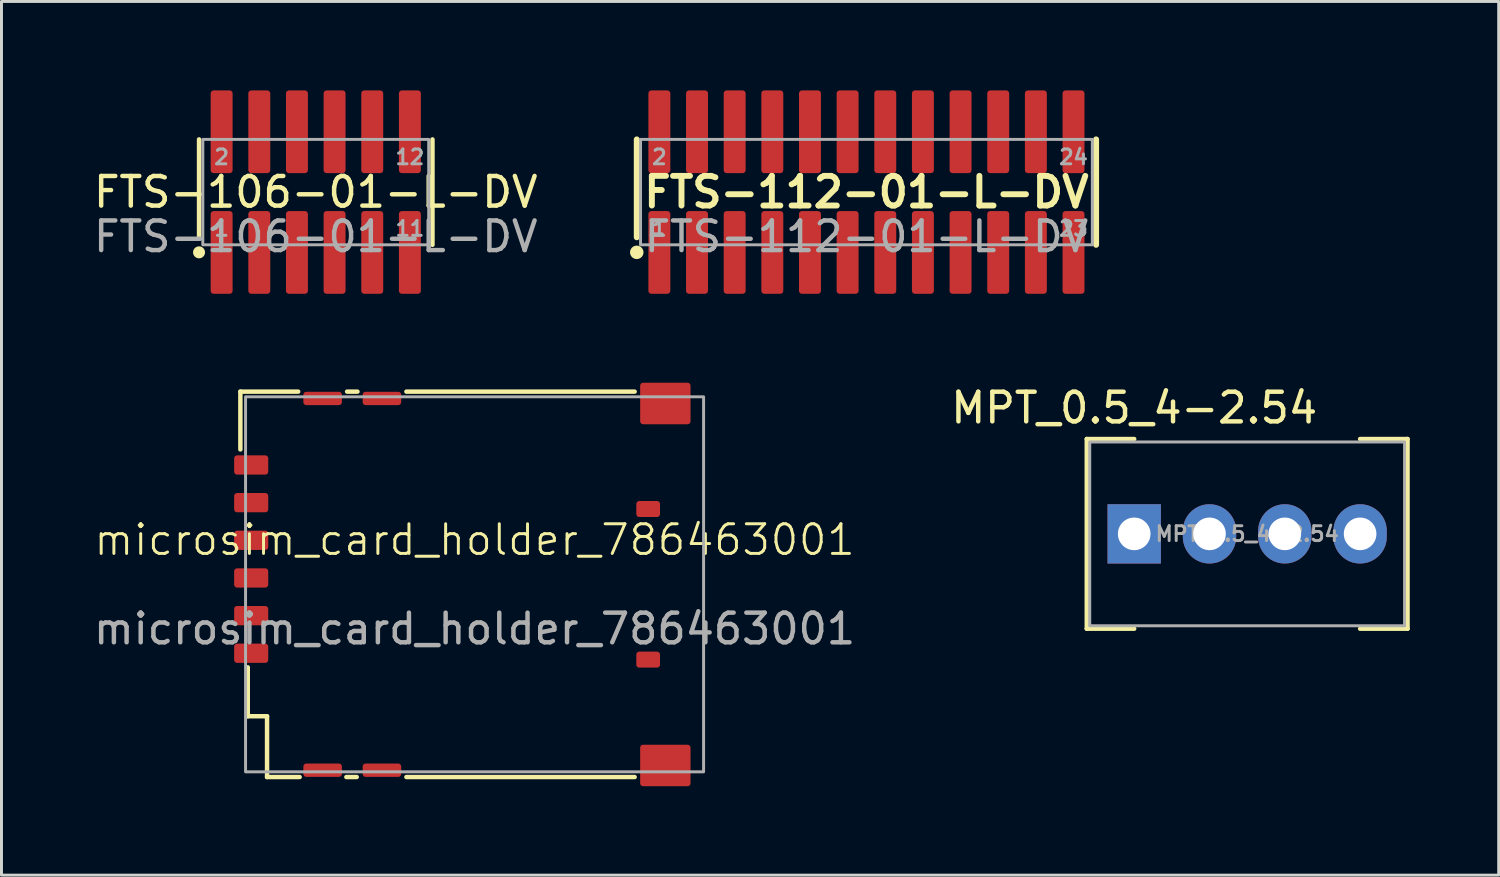
<source format=kicad_pcb>
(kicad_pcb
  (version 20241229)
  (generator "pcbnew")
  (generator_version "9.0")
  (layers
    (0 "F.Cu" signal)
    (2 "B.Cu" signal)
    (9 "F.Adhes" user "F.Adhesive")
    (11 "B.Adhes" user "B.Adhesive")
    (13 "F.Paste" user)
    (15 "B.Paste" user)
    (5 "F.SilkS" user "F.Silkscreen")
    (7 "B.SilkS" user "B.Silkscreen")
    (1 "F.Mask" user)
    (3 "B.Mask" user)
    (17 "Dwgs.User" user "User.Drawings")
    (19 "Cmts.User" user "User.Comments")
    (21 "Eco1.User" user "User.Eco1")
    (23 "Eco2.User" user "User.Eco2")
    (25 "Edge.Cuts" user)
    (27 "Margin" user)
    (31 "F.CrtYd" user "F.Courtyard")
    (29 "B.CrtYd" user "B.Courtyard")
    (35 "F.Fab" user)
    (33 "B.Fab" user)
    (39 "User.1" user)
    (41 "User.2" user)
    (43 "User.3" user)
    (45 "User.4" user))
  (footprint "MPT_0.5_4-2.54"
    (layer "F.Cu")
    (at 35.208 14.958)
    (property "Reference" "MPT_0.5_4-2.54" (at 0 -4.25 0) (unlocked yes) (layer "F.SilkS") (effects (font (size 1 1) (thickness 0.15))))
    (attr smd)
    (fp_line (start -1.6 -3.2) (end -1.6 3.2) (stroke (width 0.15) (type default)) (layer "F.SilkS"))
    (fp_line (start 0 -3.2) (end -1.6 -3.2) (stroke (width 0.15) (type default)) (layer "F.SilkS"))
    (fp_line (start 0 3.2) (end -1.6 3.2) (stroke (width 0.15) (type default)) (layer "F.SilkS"))
    (fp_line (start 7.62 -3.2) (end 9.22 -3.2) (stroke (width 0.15) (type default)) (layer "F.SilkS"))
    (fp_line (start 7.62 3.2) (end 9.22 3.2) (stroke (width 0.15) (type default)) (layer "F.SilkS"))
    (fp_line (start 9.22 3.2) (end 9.22 -3.2) (stroke (width 0.15) (type default)) (layer "F.SilkS"))
    (fp_rect (start -1.5 -3.1) (end 9.12 3.1) (stroke (width 0.1) (type default)) (fill no) (layer "F.Fab"))
    (fp_text user "${REFERENCE}" (at 3.81 0 0) (unlocked yes) (layer "F.Fab") (effects (font (size 0.5 0.5) (thickness 0.1))))
    (pad "1" thru_hole rect (at 0 0) (size 1.8 2) (drill 1.1) (layers "*.Cu" "*.Mask"))
    (pad "2" thru_hole oval (at 2.54 0) (size 1.8 2) (drill 1.1) (layers "*.Cu" "*.Mask"))
    (pad "3" thru_hole oval (at 5.08 0) (size 1.8 2) (drill 1.1) (layers "*.Cu" "*.Mask"))
    (pad "4" thru_hole oval (at 7.62 0) (size 1.8 2) (drill 1.1) (layers "*.Cu" "*.Mask")))
  (footprint "microsim_card_holder_786463001"
    (layer "F.Cu")
    (at 12.958 16.66)
    (property "Reference" "microsim_card_holder_786463001" (at 0 -1.5 0) (unlocked yes) (layer "F.SilkS") (effects (font (size 1 1) (thickness 0.1))))
    (attr smd)
    (fp_line (start -7.9 -6.5) (end -7.9 -4.55) (stroke (width 0.15) (type default)) (layer "F.SilkS"))
    (fp_line (start -7.9 -6.5) (end -5.95 -6.5) (stroke (width 0.15) (type default)) (layer "F.SilkS"))
    (fp_line (start -7.65 4.45) (end -7.65 2.8) (stroke (width 0.15) (type default)) (layer "F.SilkS"))
    (fp_line (start -7.65 4.45) (end -7 4.45) (stroke (width 0.15) (type default)) (layer "F.SilkS"))
    (fp_line (start -7 6.5) (end -7 4.45) (stroke (width 0.15) (type default)) (layer "F.SilkS"))
    (fp_line (start -7 6.5) (end -5.9 6.5) (stroke (width 0.15) (type default)) (layer "F.SilkS"))
    (fp_line (start -3.975 6.5) (end -4.325 6.5) (stroke (width 0.15) (type default)) (layer "F.SilkS"))
    (fp_line (start -3.95 -6.5) (end -4.3 -6.5) (stroke (width 0.15) (type default)) (layer "F.SilkS"))
    (fp_line (start 5.4 -6.5) (end -2.3 -6.5) (stroke (width 0.15) (type default)) (layer "F.SilkS"))
    (fp_line (start 5.4 6.5) (end -2.3 6.5) (stroke (width 0.15) (type default)) (layer "F.SilkS"))
    (fp_rect (start -7.725 -6.325) (end 7.725 6.325) (stroke (width 0.1) (type default)) (fill no) (layer "F.Fab"))
    (fp_text user "${REFERENCE}" (at 0 1.5 0) (unlocked yes) (layer "F.Fab") (effects (font (size 1 1) (thickness 0.15))))
    (pad "" smd roundrect (at 5.855 -2.54) (size 0.8 0.54) (layers "F.Cu" "F.Mask" "F.Paste") (roundrect_rratio 0.185))
    (pad "" smd roundrect (at 5.855 2.54) (size 0.8 0.54) (layers "F.Cu" "F.Mask" "F.Paste") (roundrect_rratio 0.185))
    (pad "1" smd roundrect (at -7.535 -4.025) (size 1.15 0.65) (layers "F.Cu" "F.Mask" "F.Paste") (roundrect_rratio 0.154))
    (pad "2" smd roundrect (at -7.535 -2.755) (size 1.15 0.65) (layers "F.Cu" "F.Mask" "F.Paste") (roundrect_rratio 0.154))
    (pad "3" smd roundrect (at -7.535 -1.485) (size 1.15 0.65) (layers "F.Cu" "F.Mask" "F.Paste") (roundrect_rratio 0.154))
    (pad "4" smd roundrect (at -7.535 -0.215) (size 1.15 0.65) (layers "F.Cu" "F.Mask" "F.Paste") (roundrect_rratio 0.154))
    (pad "5" smd roundrect (at -7.535 1.055) (size 1.15 0.65) (layers "F.Cu" "F.Mask" "F.Paste") (roundrect_rratio 0.154))
    (pad "6" smd roundrect (at -7.535 2.325) (size 1.15 0.65) (layers "F.Cu" "F.Mask" "F.Paste") (roundrect_rratio 0.154))
    (pad "7" smd roundrect (at -5.125 -6.27) (size 1.3 0.45) (layers "F.Cu" "F.Mask" "F.Paste") (roundrect_rratio 0.222))
    (pad "7" smd roundrect (at -5.125 6.27) (size 1.3 0.45) (layers "F.Cu" "F.Mask" "F.Paste") (roundrect_rratio 0.222))
    (pad "7" smd roundrect (at -3.125 -6.27) (size 1.3 0.45) (layers "F.Cu" "F.Mask" "F.Paste") (roundrect_rratio 0.222))
    (pad "7" smd roundrect (at -3.125 6.27) (size 1.3 0.45) (layers "F.Cu" "F.Mask" "F.Paste") (roundrect_rratio 0.222))
    (pad "7" smd roundrect (at 6.435 -6.1) (size 1.7 1.4) (layers "F.Cu" "F.Mask" "F.Paste") (roundrect_rratio 0.071))
    (pad "7" smd roundrect (at 6.435 6.11) (size 1.7 1.4) (layers "F.Cu" "F.Mask" "F.Paste") (roundrect_rratio 0.071)))
  (footprint "FTS-106-01-L-DV"
    (layer "F.Cu")
    (at 7.601 3.43)
    (property "Reference" "FTS-106-01-L-DV" (at 0 0 0) (unlocked yes) (layer "F.SilkS") (effects (font (size 1 1) (thickness 0.15))))
    (attr smd)
    (fp_line (start -3.937 -1.778) (end -3.937 1.524) (stroke (width 0.15) (type default)) (layer "F.SilkS"))
    (fp_line (start 3.937 -1.778) (end 3.937 1.778) (stroke (width 0.15) (type default)) (layer "F.SilkS"))
    (fp_circle (center -3.937 2.032) (end -3.81 2.032) (stroke (width 0.15) (type default)) (fill yes) (layer "F.SilkS"))
    (fp_rect (start -3.81 -1.778) (end 3.81 1.778) (stroke (width 0.1) (type default)) (fill no) (layer "F.Fab"))
    (fp_text user "2" (at -3.175 -0.889 0) (unlocked yes) (layer "F.Fab") (effects (font (size 0.5 0.5) (thickness 0.1)) (justify bottom)))
    (fp_text user "${REFERENCE}" (at 0 1.5 0) (unlocked yes) (layer "F.Fab") (effects (font (size 1 1) (thickness 0.15))))
    (fp_text user "1" (at -3.175 1.524 0) (unlocked yes) (layer "F.Fab") (effects (font (size 0.5 0.5) (thickness 0.1)) (justify bottom)))
    (fp_text user "11" (at 3.175 1.524 0) (unlocked yes) (layer "F.Fab") (effects (font (size 0.5 0.5) (thickness 0.1)) (justify bottom)))
    (fp_text user "12" (at 3.175 -0.889 0) (unlocked yes) (layer "F.Fab") (effects (font (size 0.5 0.5) (thickness 0.1)) (justify bottom)))
    (pad "1" smd roundrect (at -3.175 2.035) (size 0.74 2.79) (layers "F.Cu" "F.Mask" "F.Paste") (roundrect_rratio 0.135))
    (pad "2" smd roundrect (at -3.175 -2.035) (size 0.74 2.79) (layers "F.Cu" "F.Mask" "F.Paste") (roundrect_rratio 0.135))
    (pad "3" smd roundrect (at -1.905 2.035) (size 0.74 2.79) (layers "F.Cu" "F.Mask" "F.Paste") (roundrect_rratio 0.135))
    (pad "4" smd roundrect (at -1.905 -2.035) (size 0.74 2.79) (layers "F.Cu" "F.Mask" "F.Paste") (roundrect_rratio 0.135))
    (pad "5" smd roundrect (at -0.635 2.035) (size 0.74 2.79) (layers "F.Cu" "F.Mask" "F.Paste") (roundrect_rratio 0.135))
    (pad "6" smd roundrect (at -0.635 -2.035) (size 0.74 2.79) (layers "F.Cu" "F.Mask" "F.Paste") (roundrect_rratio 0.135))
    (pad "7" smd roundrect (at 0.635 2.035) (size 0.74 2.79) (layers "F.Cu" "F.Mask" "F.Paste") (roundrect_rratio 0.135))
    (pad "8" smd roundrect (at 0.635 -2.035) (size 0.74 2.79) (layers "F.Cu" "F.Mask" "F.Paste") (roundrect_rratio 0.135))
    (pad "9" smd roundrect (at 1.905 2.035) (size 0.74 2.79) (layers "F.Cu" "F.Mask" "F.Paste") (roundrect_rratio 0.135))
    (pad "10" smd roundrect (at 1.905 -2.035) (size 0.74 2.79) (layers "F.Cu" "F.Mask" "F.Paste") (roundrect_rratio 0.135))
    (pad "11" smd roundrect (at 3.175 2.035) (size 0.74 2.79) (layers "F.Cu" "F.Mask" "F.Paste") (roundrect_rratio 0.135))
    (pad "12" smd roundrect (at 3.175 -2.035) (size 0.74 2.79) (layers "F.Cu" "F.Mask" "F.Paste") (roundrect_rratio 0.135)))
  (footprint "FTS-112-01-L-DV"
    (layer "F.Cu")
    (at 26.176 3.43)
    (property "Reference" "FTS-112-01-L-DV" (at 0 0 0) (unlocked yes) (layer "F.SilkS") (effects (font (size 1 1) (thickness 0.2))))
    (attr smd)
    (fp_line (start -7.747 -1.778) (end -7.747 1.524) (stroke (width 0.2) (type default)) (layer "F.SilkS"))
    (fp_line (start 7.747 -1.778) (end 7.747 1.778) (stroke (width 0.2) (type default)) (layer "F.SilkS"))
    (fp_circle (center -7.747 2.032) (end -7.62 2.032) (stroke (width 0.2) (type default)) (fill yes) (layer "F.SilkS"))
    (fp_rect (start -7.62 -1.778) (end 7.62 1.778) (stroke (width 0.1) (type default)) (fill no) (layer "F.Fab"))
    (fp_text user "23" (at 6.985 1.524 0) (unlocked yes) (layer "F.Fab") (effects (font (size 0.5 0.5) (thickness 0.1)) (justify bottom)))
    (fp_text user "2" (at -6.985 -0.889 0) (unlocked yes) (layer "F.Fab") (effects (font (size 0.5 0.5) (thickness 0.1)) (justify bottom)))
    (fp_text user "24" (at 6.985 -0.889 0) (unlocked yes) (layer "F.Fab") (effects (font (size 0.5 0.5) (thickness 0.1)) (justify bottom)))
    (fp_text user "1" (at -6.985 1.524 0) (unlocked yes) (layer "F.Fab") (effects (font (size 0.5 0.5) (thickness 0.1)) (justify bottom)))
    (fp_text user "${REFERENCE}" (at 0 1.5 0) (unlocked yes) (layer "F.Fab") (effects (font (size 1 1) (thickness 0.15))))
    (pad "1" smd roundrect (at -6.985 2.035) (size 0.74 2.79) (layers "F.Cu" "F.Mask" "F.Paste") (roundrect_rratio 0.135))
    (pad "2" smd roundrect (at -6.985 -2.035) (size 0.74 2.79) (layers "F.Cu" "F.Mask" "F.Paste") (roundrect_rratio 0.135))
    (pad "3" smd roundrect (at -5.715 2.035) (size 0.74 2.79) (layers "F.Cu" "F.Mask" "F.Paste") (roundrect_rratio 0.135))
    (pad "4" smd roundrect (at -5.715 -2.035) (size 0.74 2.79) (layers "F.Cu" "F.Mask" "F.Paste") (roundrect_rratio 0.135))
    (pad "5" smd roundrect (at -4.445 2.035) (size 0.74 2.79) (layers "F.Cu" "F.Mask" "F.Paste") (roundrect_rratio 0.135))
    (pad "6" smd roundrect (at -4.445 -2.035) (size 0.74 2.79) (layers "F.Cu" "F.Mask" "F.Paste") (roundrect_rratio 0.135))
    (pad "7" smd roundrect (at -3.175 2.035) (size 0.74 2.79) (layers "F.Cu" "F.Mask" "F.Paste") (roundrect_rratio 0.135))
    (pad "8" smd roundrect (at -3.175 -2.035) (size 0.74 2.79) (layers "F.Cu" "F.Mask" "F.Paste") (roundrect_rratio 0.135))
    (pad "9" smd roundrect (at -1.905 2.035) (size 0.74 2.79) (layers "F.Cu" "F.Mask" "F.Paste") (roundrect_rratio 0.135))
    (pad "10" smd roundrect (at -1.905 -2.035) (size 0.74 2.79) (layers "F.Cu" "F.Mask" "F.Paste") (roundrect_rratio 0.135))
    (pad "11" smd roundrect (at -0.635 2.035) (size 0.74 2.79) (layers "F.Cu" "F.Mask" "F.Paste") (roundrect_rratio 0.135))
    (pad "12" smd roundrect (at -0.635 -2.035) (size 0.74 2.79) (layers "F.Cu" "F.Mask" "F.Paste") (roundrect_rratio 0.135))
    (pad "13" smd roundrect (at 0.635 2.035) (size 0.74 2.79) (layers "F.Cu" "F.Mask" "F.Paste") (roundrect_rratio 0.135))
    (pad "14" smd roundrect (at 0.635 -2.035) (size 0.74 2.79) (layers "F.Cu" "F.Mask" "F.Paste") (roundrect_rratio 0.135))
    (pad "15" smd roundrect (at 1.905 2.035) (size 0.74 2.79) (layers "F.Cu" "F.Mask" "F.Paste") (roundrect_rratio 0.135))
    (pad "16" smd roundrect (at 1.905 -2.035) (size 0.74 2.79) (layers "F.Cu" "F.Mask" "F.Paste") (roundrect_rratio 0.135))
    (pad "17" smd roundrect (at 3.175 2.035) (size 0.74 2.79) (layers "F.Cu" "F.Mask" "F.Paste") (roundrect_rratio 0.135))
    (pad "18" smd roundrect (at 3.175 -2.035) (size 0.74 2.79) (layers "F.Cu" "F.Mask" "F.Paste") (roundrect_rratio 0.135))
    (pad "19" smd roundrect (at 4.445 2.035) (size 0.74 2.79) (layers "F.Cu" "F.Mask" "F.Paste") (roundrect_rratio 0.135))
    (pad "20" smd roundrect (at 4.445 -2.035) (size 0.74 2.79) (layers "F.Cu" "F.Mask" "F.Paste") (roundrect_rratio 0.135))
    (pad "21" smd roundrect (at 5.715 2.035) (size 0.74 2.79) (layers "F.Cu" "F.Mask" "F.Paste") (roundrect_rratio 0.135))
    (pad "22" smd roundrect (at 5.715 -2.035) (size 0.74 2.79) (layers "F.Cu" "F.Mask" "F.Paste") (roundrect_rratio 0.135))
    (pad "23" smd roundrect (at 6.985 2.035) (size 0.74 2.79) (layers "F.Cu" "F.Mask" "F.Paste") (roundrect_rratio 0.135))
    (pad "24" smd roundrect (at 6.985 -2.035) (size 0.74 2.79) (layers "F.Cu" "F.Mask" "F.Paste") (roundrect_rratio 0.135)))
  (gr_rect
    (start -3 -3)
    (end 47.503 26.47)
    (stroke (width 0.1) (type default))
    (fill no)
    (layer "Edge.Cuts")))
</source>
